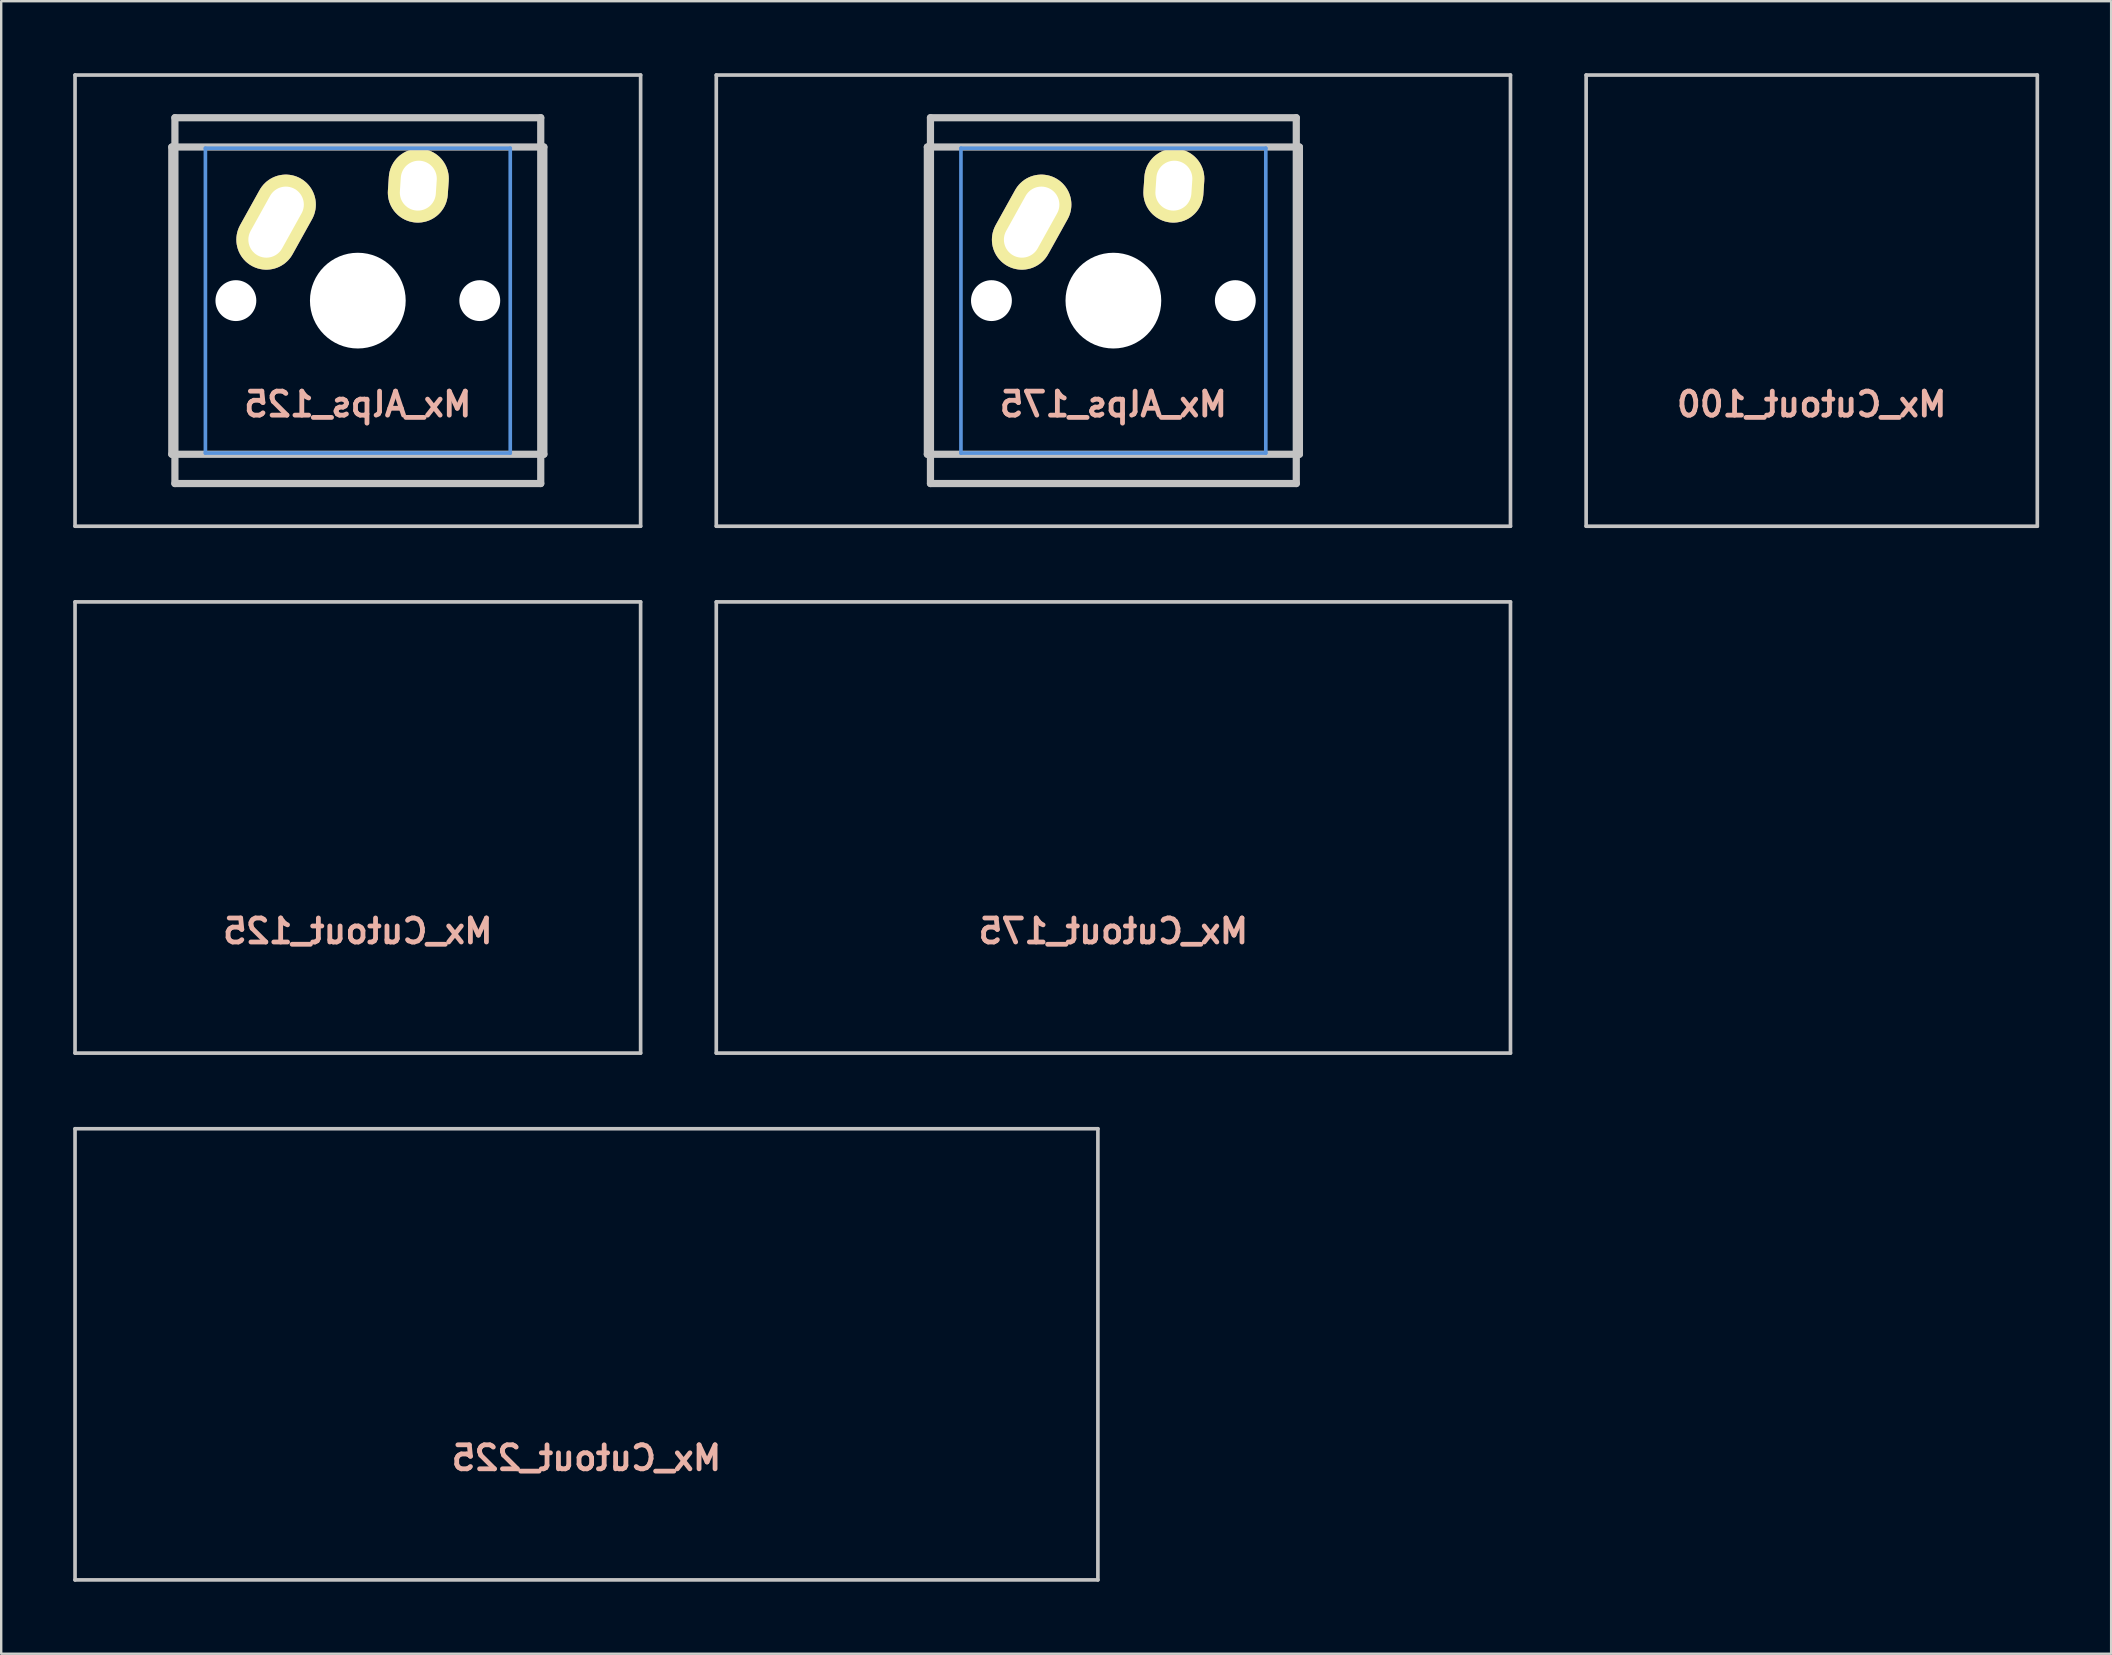
<source format=kicad_pcb>
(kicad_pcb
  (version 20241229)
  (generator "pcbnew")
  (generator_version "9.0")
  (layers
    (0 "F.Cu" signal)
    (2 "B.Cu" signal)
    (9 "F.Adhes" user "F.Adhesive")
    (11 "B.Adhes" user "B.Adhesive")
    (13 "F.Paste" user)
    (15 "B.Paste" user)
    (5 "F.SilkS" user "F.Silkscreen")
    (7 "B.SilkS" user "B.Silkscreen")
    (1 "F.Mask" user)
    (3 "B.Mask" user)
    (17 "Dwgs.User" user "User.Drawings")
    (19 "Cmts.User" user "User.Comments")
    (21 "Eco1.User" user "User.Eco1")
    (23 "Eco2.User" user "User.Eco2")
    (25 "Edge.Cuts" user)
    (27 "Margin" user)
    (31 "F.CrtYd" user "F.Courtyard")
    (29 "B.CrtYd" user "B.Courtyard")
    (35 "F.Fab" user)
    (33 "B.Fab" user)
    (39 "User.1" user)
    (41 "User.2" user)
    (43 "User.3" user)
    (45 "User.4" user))
  (footprint "Mx_Cutout_100"
    (layer "F.Cu")
    (at 72.426 9.474)
    (property "Reference" "Mx_Cutout_100" (at 0 4.318 0) (layer "B.SilkS") (effects (font (size 1 1) (thickness 0.2)) (justify mirror)))
    (attr through_hole)
    (fp_line (start -9.398 -9.398) (end 9.398 -9.398) (stroke (width 0.152) (type solid)) (layer "Dwgs.User"))
    (fp_line (start -9.398 9.398) (end -9.398 -9.398) (stroke (width 0.152) (type solid)) (layer "Dwgs.User"))
    (fp_line (start 9.398 -9.398) (end 9.398 9.398) (stroke (width 0.152) (type solid)) (layer "Dwgs.User"))
    (fp_line (start 9.398 9.398) (end -9.398 9.398) (stroke (width 0.152) (type solid)) (layer "Dwgs.User"))
    (fp_line (start -6.985 -6.985) (end 6.985 -6.985) (stroke (width 0.152) (type solid)) (layer "Eco2.User"))
    (fp_line (start -6.985 6.985) (end -6.985 -6.985) (stroke (width 0.152) (type solid)) (layer "Eco2.User"))
    (fp_line (start 6.985 -6.985) (end 6.985 6.985) (stroke (width 0.152) (type solid)) (layer "Eco2.User"))
    (fp_line (start 6.985 6.985) (end -6.985 6.985) (stroke (width 0.152) (type solid)) (layer "Eco2.User")))
  (footprint "Mx_Alps_175"
    (layer "F.Cu")
    (at 43.333 9.474)
    (property "Reference" "Mx_Alps_175" (at 0 4.318 0) (layer "B.SilkS") (effects (font (size 1 1) (thickness 0.2)) (justify mirror)))
    (attr through_hole)
    (fp_line (start -16.543 -9.398) (end 16.543 -9.398) (stroke (width 0.152) (type solid)) (layer "Dwgs.User"))
    (fp_line (start -16.543 9.398) (end -16.543 -9.398) (stroke (width 0.152) (type solid)) (layer "Dwgs.User"))
    (fp_line (start -7.75 6.4) (end -7.75 -6.4) (stroke (width 0.3) (type solid)) (layer "Dwgs.User"))
    (fp_line (start -7.75 6.4) (end 7.75 6.4) (stroke (width 0.3) (type solid)) (layer "Dwgs.User"))
    (fp_line (start -7.62 -7.62) (end 7.62 -7.62) (stroke (width 0.3) (type solid)) (layer "Dwgs.User"))
    (fp_line (start -7.62 7.62) (end -7.62 -7.62) (stroke (width 0.3) (type solid)) (layer "Dwgs.User"))
    (fp_line (start 7.62 -7.62) (end 7.62 7.62) (stroke (width 0.3) (type solid)) (layer "Dwgs.User"))
    (fp_line (start 7.62 7.62) (end -7.62 7.62) (stroke (width 0.3) (type solid)) (layer "Dwgs.User"))
    (fp_line (start 7.75 -6.4) (end -7.75 -6.4) (stroke (width 0.3) (type solid)) (layer "Dwgs.User"))
    (fp_line (start 7.75 6.4) (end 7.75 -6.4) (stroke (width 0.3) (type solid)) (layer "Dwgs.User"))
    (fp_line (start 16.543 -9.398) (end 16.543 9.398) (stroke (width 0.152) (type solid)) (layer "Dwgs.User"))
    (fp_line (start 16.543 9.398) (end -16.543 9.398) (stroke (width 0.152) (type solid)) (layer "Dwgs.User"))
    (fp_line (start -6.35 -6.35) (end 6.35 -6.35) (stroke (width 0.152) (type solid)) (layer "Cmts.User"))
    (fp_line (start -6.35 6.35) (end -6.35 -6.35) (stroke (width 0.152) (type solid)) (layer "Cmts.User"))
    (fp_line (start 6.35 -6.35) (end 6.35 6.35) (stroke (width 0.152) (type solid)) (layer "Cmts.User"))
    (fp_line (start 6.35 6.35) (end -6.35 6.35) (stroke (width 0.152) (type solid)) (layer "Cmts.User"))
    (fp_line (start -6.985 -6.985) (end 6.985 -6.985) (stroke (width 0.152) (type solid)) (layer "Eco2.User"))
    (fp_line (start -6.985 6.985) (end -6.985 -6.985) (stroke (width 0.152) (type solid)) (layer "Eco2.User"))
    (fp_line (start 6.985 -6.985) (end 6.985 6.985) (stroke (width 0.152) (type solid)) (layer "Eco2.User"))
    (fp_line (start 6.985 6.985) (end -6.985 6.985) (stroke (width 0.152) (type solid)) (layer "Eco2.User"))
    (pad "" np_thru_hole circle (at -5.08 0) (size 1.702 1.702) (drill 1.702) (layers "*.Cu"))
    (pad "" np_thru_hole circle (at 0 0) (size 3.988 3.988) (drill 3.988) (layers "*.Cu"))
    (pad "" np_thru_hole circle (at 5.08 0) (size 1.702 1.702) (drill 1.702) (layers "*.Cu"))
    (pad "1" thru_hole oval (at -3.405 -3.27 330.95) (size 2.5 4.17) (drill oval 1.5 3.17) (layers "*.Cu" "*.Mask" "F.SilkS"))
    (pad "2" thru_hole oval (at 2.52 -4.79 356.1) (size 2.5 3.08) (drill oval 1.5 2.08) (layers "*.Cu" "*.Mask" "F.SilkS")))
  (footprint "Mx_Cutout_225"
    (layer "F.Cu")
    (at 21.382 53.371)
    (property "Reference" "Mx_Cutout_225" (at 0 4.318 0) (layer "B.SilkS") (effects (font (size 1 1) (thickness 0.2)) (justify mirror)))
    (attr through_hole)
    (fp_poly (pts (xy 6.985 6.985) (xy -6.985 6.985) (xy -6.985 -6.985) (xy 6.985 -6.985)) (stroke (width 2) (type solid)) (fill yes) (layer "F.Mask"))
    (fp_poly (pts (xy 6.985 6.985) (xy -6.985 6.985) (xy -6.985 -6.985) (xy 6.985 -6.985)) (stroke (width 2) (type solid)) (fill yes) (layer "B.Mask"))
    (fp_line (start -21.306 -9.398) (end 21.306 -9.398) (stroke (width 0.152) (type solid)) (layer "Dwgs.User"))
    (fp_line (start -21.306 9.398) (end -21.306 -9.398) (stroke (width 0.152) (type solid)) (layer "Dwgs.User"))
    (fp_line (start 21.306 -9.398) (end 21.306 9.398) (stroke (width 0.152) (type solid)) (layer "Dwgs.User"))
    (fp_line (start 21.306 9.398) (end -21.306 9.398) (stroke (width 0.152) (type solid)) (layer "Dwgs.User"))
    (fp_line (start -16.129 -2.286) (end -15.265 -2.286) (stroke (width 0.152) (type solid)) (layer "Eco2.User"))
    (fp_line (start -16.129 0.508) (end -16.129 -2.286) (stroke (width 0.152) (type solid)) (layer "Eco2.User"))
    (fp_line (start -15.265 -5.69) (end -8.611 -5.69) (stroke (width 0.152) (type solid)) (layer "Eco2.User"))
    (fp_line (start -15.265 -2.286) (end -15.265 -5.69) (stroke (width 0.152) (type solid)) (layer "Eco2.User"))
    (fp_line (start -15.265 0.508) (end -16.129 0.508) (stroke (width 0.152) (type solid)) (layer "Eco2.User"))
    (fp_line (start -15.265 6.604) (end -15.265 0.508) (stroke (width 0.152) (type solid)) (layer "Eco2.User"))
    (fp_line (start -14.224 6.604) (end -15.265 6.604) (stroke (width 0.152) (type solid)) (layer "Eco2.User"))
    (fp_line (start -14.224 7.772) (end -14.224 6.604) (stroke (width 0.152) (type solid)) (layer "Eco2.User"))
    (fp_line (start -9.652 6.604) (end -9.652 7.772) (stroke (width 0.152) (type solid)) (layer "Eco2.User"))
    (fp_line (start -9.652 7.772) (end -14.224 7.772) (stroke (width 0.152) (type solid)) (layer "Eco2.User"))
    (fp_line (start -8.611 -5.69) (end -8.611 -4.877) (stroke (width 0.152) (type solid)) (layer "Eco2.User"))
    (fp_line (start -8.611 -4.877) (end -6.985 -4.877) (stroke (width 0.152) (type solid)) (layer "Eco2.User"))
    (fp_line (start -8.611 5.817) (end -8.611 6.604) (stroke (width 0.152) (type solid)) (layer "Eco2.User"))
    (fp_line (start -8.611 6.604) (end -9.652 6.604) (stroke (width 0.152) (type solid)) (layer "Eco2.User"))
    (fp_line (start -6.985 -6.985) (end 6.985 -6.985) (stroke (width 0.152) (type solid)) (layer "Eco2.User"))
    (fp_line (start -6.985 -4.877) (end -6.985 -6.985) (stroke (width 0.152) (type solid)) (layer "Eco2.User"))
    (fp_line (start -6.985 5.817) (end -8.611 5.817) (stroke (width 0.152) (type solid)) (layer "Eco2.User"))
    (fp_line (start -6.985 6.985) (end -6.985 5.817) (stroke (width 0.152) (type solid)) (layer "Eco2.User"))
    (fp_line (start 6.985 -6.985) (end 6.985 -4.877) (stroke (width 0.152) (type solid)) (layer "Eco2.User"))
    (fp_line (start 6.985 -4.877) (end 8.611 -4.877) (stroke (width 0.152) (type solid)) (layer "Eco2.User"))
    (fp_line (start 6.985 5.817) (end 6.985 6.985) (stroke (width 0.152) (type solid)) (layer "Eco2.User"))
    (fp_line (start 6.985 6.985) (end -6.985 6.985) (stroke (width 0.152) (type solid)) (layer "Eco2.User"))
    (fp_line (start 8.611 -5.69) (end 15.265 -5.69) (stroke (width 0.152) (type solid)) (layer "Eco2.User"))
    (fp_line (start 8.611 -4.877) (end 8.611 -5.69) (stroke (width 0.152) (type solid)) (layer "Eco2.User"))
    (fp_line (start 8.611 5.817) (end 6.985 5.817) (stroke (width 0.152) (type solid)) (layer "Eco2.User"))
    (fp_line (start 8.611 6.604) (end 8.611 5.817) (stroke (width 0.152) (type solid)) (layer "Eco2.User"))
    (fp_line (start 9.652 6.604) (end 8.611 6.604) (stroke (width 0.152) (type solid)) (layer "Eco2.User"))
    (fp_line (start 9.652 7.772) (end 9.652 6.604) (stroke (width 0.152) (type solid)) (layer "Eco2.User"))
    (fp_line (start 14.224 6.604) (end 14.224 7.772) (stroke (width 0.152) (type solid)) (layer "Eco2.User"))
    (fp_line (start 14.224 7.772) (end 9.652 7.772) (stroke (width 0.152) (type solid)) (layer "Eco2.User"))
    (fp_line (start 15.265 -5.69) (end 15.265 -2.286) (stroke (width 0.152) (type solid)) (layer "Eco2.User"))
    (fp_line (start 15.265 -2.286) (end 16.129 -2.286) (stroke (width 0.152) (type solid)) (layer "Eco2.User"))
    (fp_line (start 15.265 0.508) (end 15.265 6.604) (stroke (width 0.152) (type solid)) (layer "Eco2.User"))
    (fp_line (start 15.265 6.604) (end 14.224 6.604) (stroke (width 0.152) (type solid)) (layer "Eco2.User"))
    (fp_line (start 16.129 -2.286) (end 16.129 0.508) (stroke (width 0.152) (type solid)) (layer "Eco2.User"))
    (fp_line (start 16.129 0.508) (end 15.265 0.508) (stroke (width 0.152) (type solid)) (layer "Eco2.User")))
  (footprint "Mx_Cutout_125"
    (layer "F.Cu")
    (at 11.857 31.423)
    (property "Reference" "Mx_Cutout_125" (at 0 4.318 0) (layer "B.SilkS") (effects (font (size 1 1) (thickness 0.2)) (justify mirror)))
    (attr through_hole)
    (fp_line (start -11.781 -9.398) (end 11.781 -9.398) (stroke (width 0.152) (type solid)) (layer "Dwgs.User"))
    (fp_line (start -11.781 9.398) (end -11.781 -9.398) (stroke (width 0.152) (type solid)) (layer "Dwgs.User"))
    (fp_line (start 11.781 -9.398) (end 11.781 9.398) (stroke (width 0.152) (type solid)) (layer "Dwgs.User"))
    (fp_line (start 11.781 9.398) (end -11.781 9.398) (stroke (width 0.152) (type solid)) (layer "Dwgs.User"))
    (fp_line (start -6.985 -6.985) (end 6.985 -6.985) (stroke (width 0.152) (type solid)) (layer "Eco2.User"))
    (fp_line (start -6.985 6.985) (end -6.985 -6.985) (stroke (width 0.152) (type solid)) (layer "Eco2.User"))
    (fp_line (start 6.985 -6.985) (end 6.985 6.985) (stroke (width 0.152) (type solid)) (layer "Eco2.User"))
    (fp_line (start 6.985 6.985) (end -6.985 6.985) (stroke (width 0.152) (type solid)) (layer "Eco2.User")))
  (footprint "Mx_Alps_125"
    (layer "F.Cu")
    (at 11.857 9.474)
    (property "Reference" "Mx_Alps_125" (at 0 4.318 0) (layer "B.SilkS") (effects (font (size 1 1) (thickness 0.2)) (justify mirror)))
    (attr through_hole)
    (fp_line (start -11.781 -9.398) (end 11.781 -9.398) (stroke (width 0.152) (type solid)) (layer "Dwgs.User"))
    (fp_line (start -11.781 9.398) (end -11.781 -9.398) (stroke (width 0.152) (type solid)) (layer "Dwgs.User"))
    (fp_line (start -7.75 6.4) (end -7.75 -6.4) (stroke (width 0.3) (type solid)) (layer "Dwgs.User"))
    (fp_line (start -7.75 6.4) (end 7.75 6.4) (stroke (width 0.3) (type solid)) (layer "Dwgs.User"))
    (fp_line (start -7.62 -7.62) (end 7.62 -7.62) (stroke (width 0.3) (type solid)) (layer "Dwgs.User"))
    (fp_line (start -7.62 7.62) (end -7.62 -7.62) (stroke (width 0.3) (type solid)) (layer "Dwgs.User"))
    (fp_line (start 7.62 -7.62) (end 7.62 7.62) (stroke (width 0.3) (type solid)) (layer "Dwgs.User"))
    (fp_line (start 7.62 7.62) (end -7.62 7.62) (stroke (width 0.3) (type solid)) (layer "Dwgs.User"))
    (fp_line (start 7.75 -6.4) (end -7.75 -6.4) (stroke (width 0.3) (type solid)) (layer "Dwgs.User"))
    (fp_line (start 7.75 6.4) (end 7.75 -6.4) (stroke (width 0.3) (type solid)) (layer "Dwgs.User"))
    (fp_line (start 11.781 -9.398) (end 11.781 9.398) (stroke (width 0.152) (type solid)) (layer "Dwgs.User"))
    (fp_line (start 11.781 9.398) (end -11.781 9.398) (stroke (width 0.152) (type solid)) (layer "Dwgs.User"))
    (fp_line (start -6.35 -6.35) (end 6.35 -6.35) (stroke (width 0.152) (type solid)) (layer "Cmts.User"))
    (fp_line (start -6.35 6.35) (end -6.35 -6.35) (stroke (width 0.152) (type solid)) (layer "Cmts.User"))
    (fp_line (start 6.35 -6.35) (end 6.35 6.35) (stroke (width 0.152) (type solid)) (layer "Cmts.User"))
    (fp_line (start 6.35 6.35) (end -6.35 6.35) (stroke (width 0.152) (type solid)) (layer "Cmts.User"))
    (fp_line (start -6.985 -6.985) (end 6.985 -6.985) (stroke (width 0.152) (type solid)) (layer "Eco2.User"))
    (fp_line (start -6.985 6.985) (end -6.985 -6.985) (stroke (width 0.152) (type solid)) (layer "Eco2.User"))
    (fp_line (start 6.985 -6.985) (end 6.985 6.985) (stroke (width 0.152) (type solid)) (layer "Eco2.User"))
    (fp_line (start 6.985 6.985) (end -6.985 6.985) (stroke (width 0.152) (type solid)) (layer "Eco2.User"))
    (pad "" np_thru_hole circle (at -5.08 0) (size 1.702 1.702) (drill 1.702) (layers "*.Cu"))
    (pad "" np_thru_hole circle (at 0 0) (size 3.988 3.988) (drill 3.988) (layers "*.Cu"))
    (pad "" np_thru_hole circle (at 5.08 0) (size 1.702 1.702) (drill 1.702) (layers "*.Cu"))
    (pad "1" thru_hole oval (at -3.405 -3.27 330.95) (size 2.5 4.17) (drill oval 1.5 3.17) (layers "*.Cu" "*.Mask" "F.SilkS"))
    (pad "2" thru_hole oval (at 2.52 -4.79 356.1) (size 2.5 3.08) (drill oval 1.5 2.08) (layers "*.Cu" "*.Mask" "F.SilkS")))
  (footprint "Mx_Cutout_175"
    (layer "F.Cu")
    (at 43.333 31.423)
    (property "Reference" "Mx_Cutout_175" (at 0 4.318 0) (layer "B.SilkS") (effects (font (size 1 1) (thickness 0.2)) (justify mirror)))
    (attr through_hole)
    (fp_line (start -16.543 -9.398) (end 16.543 -9.398) (stroke (width 0.152) (type solid)) (layer "Dwgs.User"))
    (fp_line (start -16.543 9.398) (end -16.543 -9.398) (stroke (width 0.152) (type solid)) (layer "Dwgs.User"))
    (fp_line (start 16.543 -9.398) (end 16.543 9.398) (stroke (width 0.152) (type solid)) (layer "Dwgs.User"))
    (fp_line (start 16.543 9.398) (end -16.543 9.398) (stroke (width 0.152) (type solid)) (layer "Dwgs.User"))
    (fp_line (start -6.985 -6.985) (end 6.985 -6.985) (stroke (width 0.152) (type solid)) (layer "Eco2.User"))
    (fp_line (start -6.985 6.985) (end -6.985 -6.985) (stroke (width 0.152) (type solid)) (layer "Eco2.User"))
    (fp_line (start 6.985 -6.985) (end 6.985 6.985) (stroke (width 0.152) (type solid)) (layer "Eco2.User"))
    (fp_line (start 6.985 6.985) (end -6.985 6.985) (stroke (width 0.152) (type solid)) (layer "Eco2.User")))
  (gr_rect
    (start -3 -3)
    (end 84.9 65.845)
    (stroke (width 0.1) (type default))
    (fill no)
    (layer "Edge.Cuts")))
</source>
